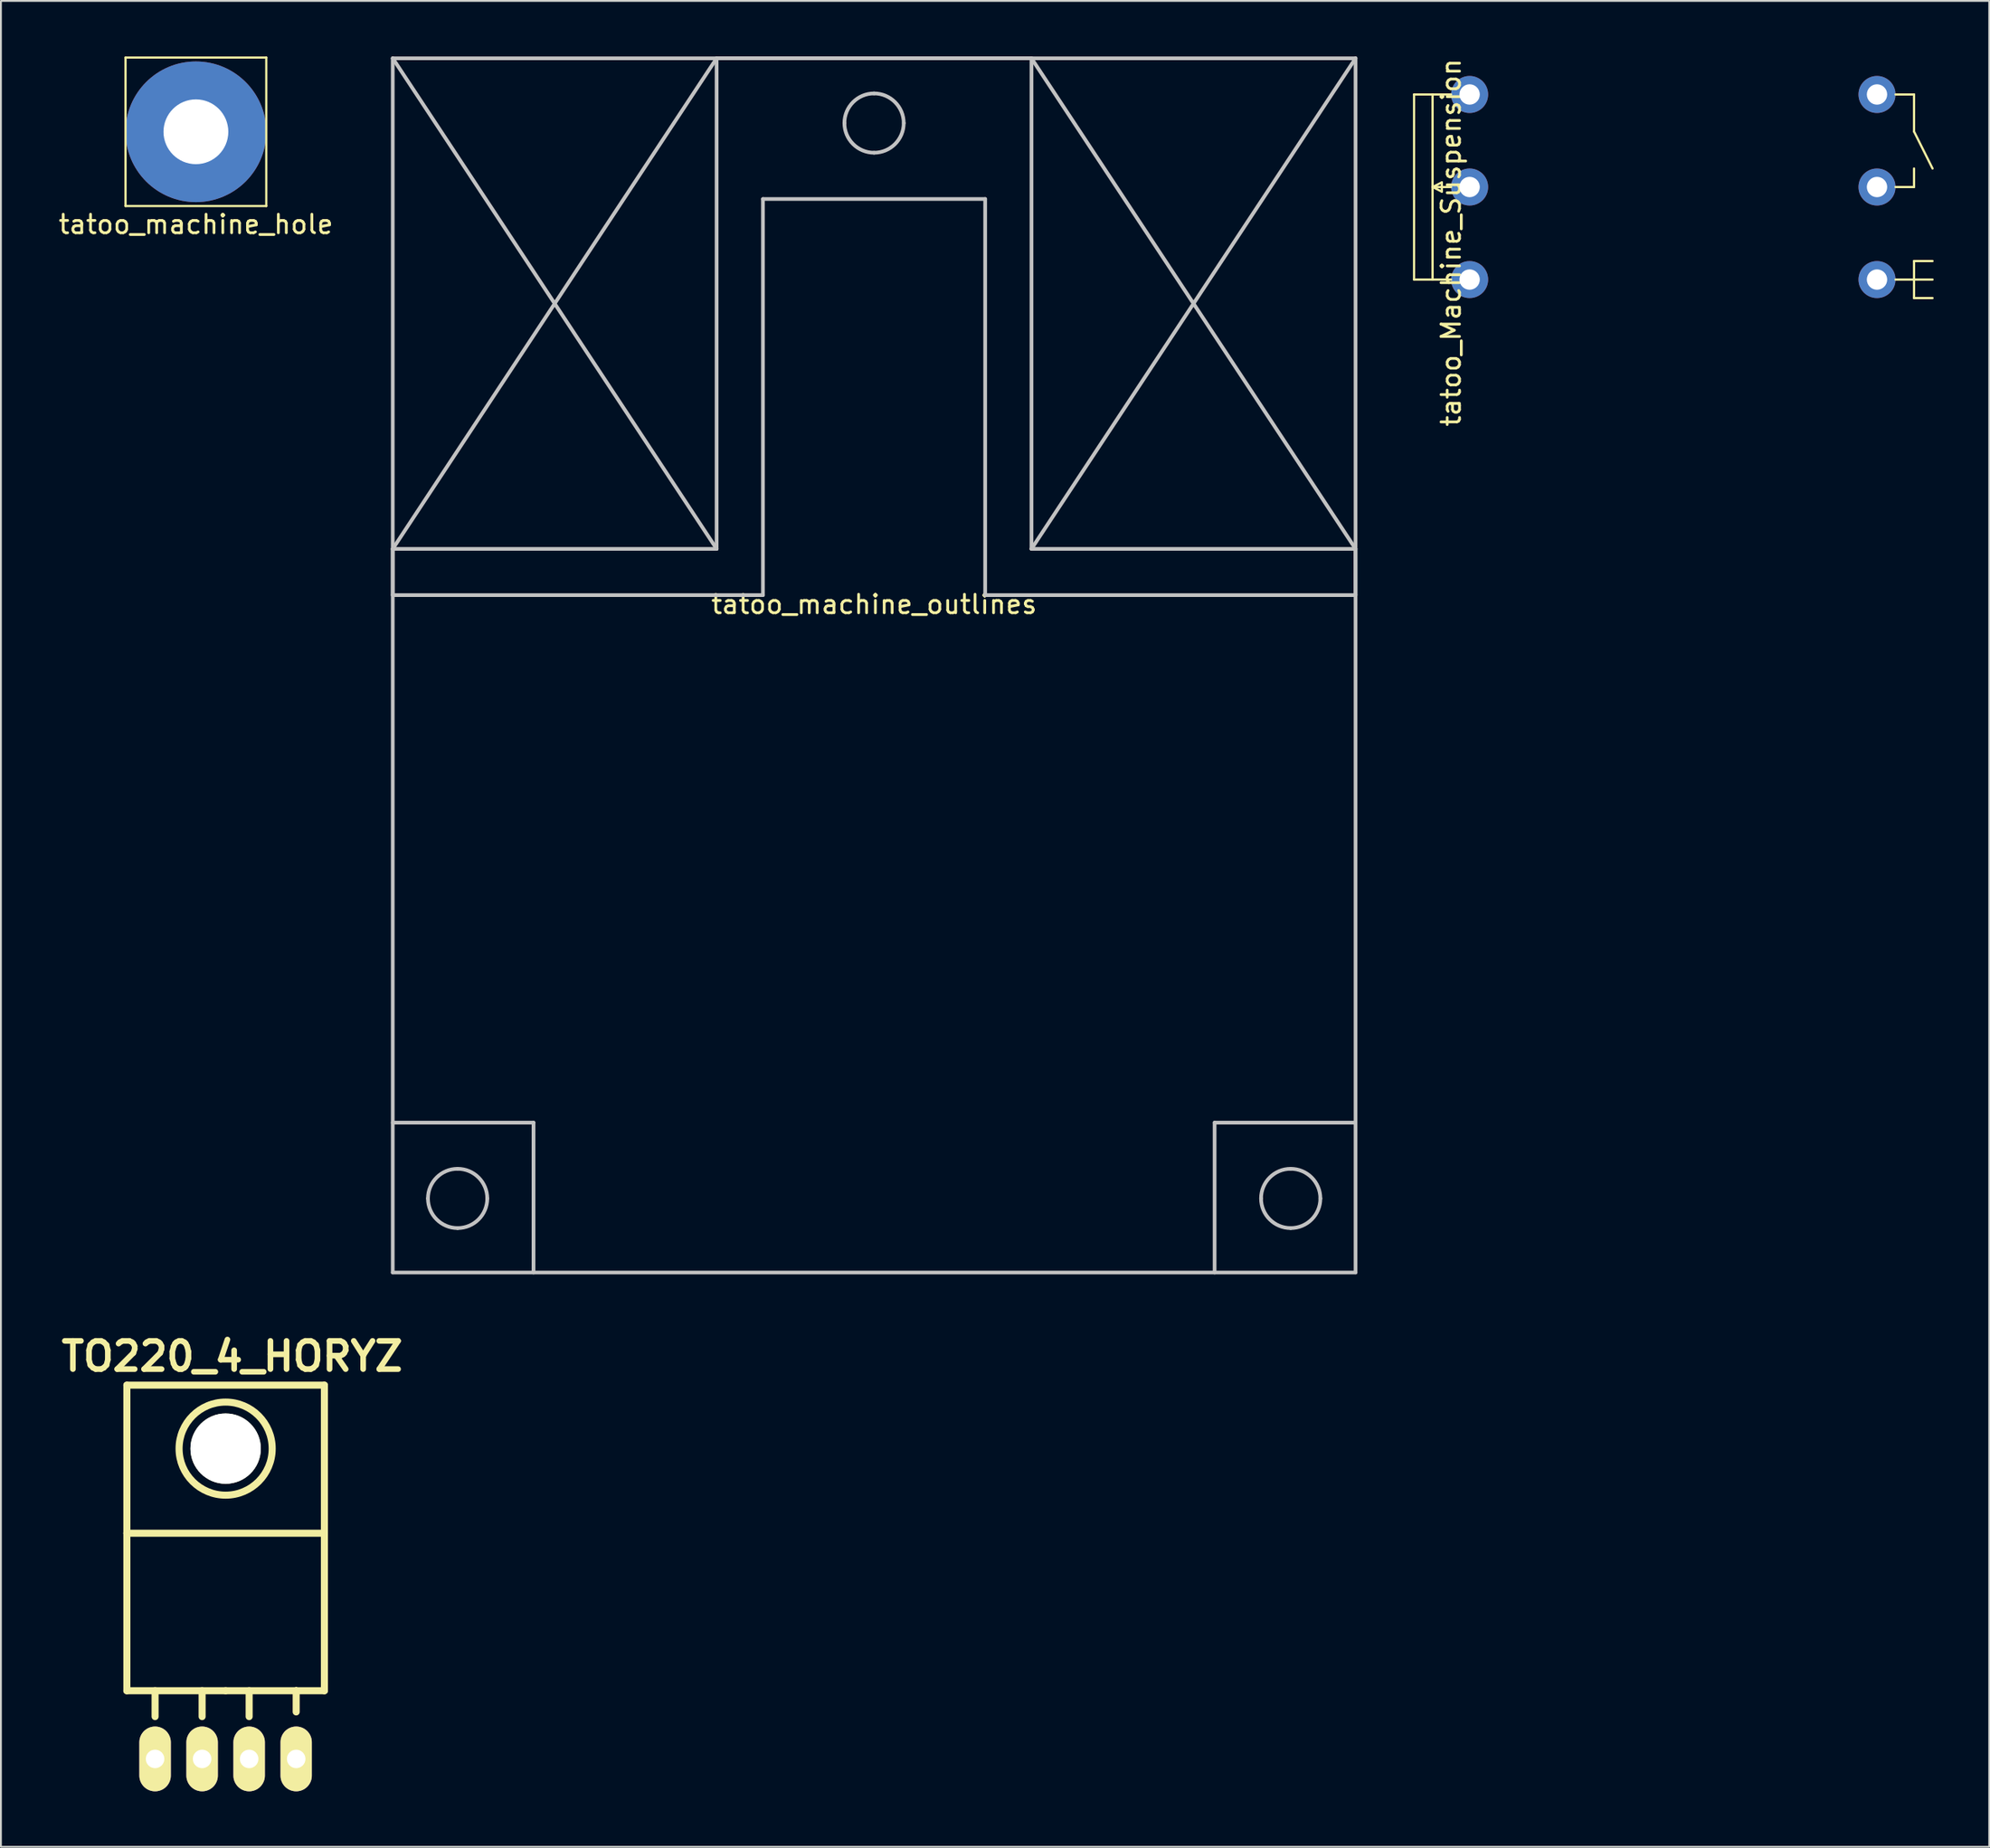
<source format=kicad_pcb>
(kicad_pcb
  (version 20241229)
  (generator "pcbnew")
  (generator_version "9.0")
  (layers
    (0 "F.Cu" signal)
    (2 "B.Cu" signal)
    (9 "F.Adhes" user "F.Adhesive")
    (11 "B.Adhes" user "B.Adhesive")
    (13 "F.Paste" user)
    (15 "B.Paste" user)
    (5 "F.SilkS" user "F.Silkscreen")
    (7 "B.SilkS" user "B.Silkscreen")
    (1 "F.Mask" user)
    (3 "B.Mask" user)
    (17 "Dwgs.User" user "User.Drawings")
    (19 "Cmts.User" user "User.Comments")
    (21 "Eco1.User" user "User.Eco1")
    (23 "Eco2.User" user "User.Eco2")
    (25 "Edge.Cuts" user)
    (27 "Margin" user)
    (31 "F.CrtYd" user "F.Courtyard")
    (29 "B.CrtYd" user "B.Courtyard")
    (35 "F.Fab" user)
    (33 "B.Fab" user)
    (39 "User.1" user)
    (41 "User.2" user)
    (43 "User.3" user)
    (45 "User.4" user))
  (footprint "tatoo_machine_outlines"
    (layer "F.Cu")
    (at 44.153 29.102)
    (property "Reference" "tatoo_machine_outlines" (at 0 0.5 0) (layer "F.SilkS") (effects (font (size 1 1) (thickness 0.15))))
    (attr through_hole)
    (fp_line (start -25.993 -29.002) (end -8.503 -2.498) (stroke (width 0.2) (type solid)) (layer "Dwgs.User"))
    (fp_line (start -25.993 -29.002) (end 26.002 -29.002) (stroke (width 0.2) (type solid)) (layer "Dwgs.User"))
    (fp_line (start -25.993 -2.498) (end -8.503 -29.002) (stroke (width 0.2) (type solid)) (layer "Dwgs.User"))
    (fp_line (start -25.993 -2.498) (end -8.503 -2.498) (stroke (width 0.2) (type solid)) (layer "Dwgs.User"))
    (fp_line (start -25.993 0) (end -25.993 -2.498) (stroke (width 0.2) (type solid)) (layer "Dwgs.User"))
    (fp_line (start -25.993 28.501) (end -18.391 28.501) (stroke (width 0.2) (type solid)) (layer "Dwgs.User"))
    (fp_line (start -25.993 36.597) (end -25.993 -29.002) (stroke (width 0.2) (type solid)) (layer "Dwgs.User"))
    (fp_line (start -18.391 28.501) (end -18.391 36.601) (stroke (width 0.2) (type solid)) (layer "Dwgs.User"))
    (fp_line (start -8.503 -29.002) (end 8.501 -29.002) (stroke (width 0.2) (type solid)) (layer "Dwgs.User"))
    (fp_line (start -8.503 -2.498) (end -8.503 -29.002) (stroke (width 0.2) (type solid)) (layer "Dwgs.User"))
    (fp_line (start -6.001 -21.4) (end -6.001 0) (stroke (width 0.2) (type solid)) (layer "Dwgs.User"))
    (fp_line (start -6.001 0) (end -25.993 0) (stroke (width 0.2) (type solid)) (layer "Dwgs.User"))
    (fp_line (start 6 -21.4) (end -6.001 -21.4) (stroke (width 0.2) (type solid)) (layer "Dwgs.User"))
    (fp_line (start 6 0) (end 6 -21.4) (stroke (width 0.2) (type solid)) (layer "Dwgs.User"))
    (fp_line (start 8.501 -29.002) (end 8.501 -2.498) (stroke (width 0.2) (type solid)) (layer "Dwgs.User"))
    (fp_line (start 8.501 -29.002) (end 26.002 -2.498) (stroke (width 0.2) (type solid)) (layer "Dwgs.User"))
    (fp_line (start 8.501 -2.498) (end 26.002 -29.002) (stroke (width 0.2) (type solid)) (layer "Dwgs.User"))
    (fp_line (start 8.501 -2.498) (end 26.002 -2.498) (stroke (width 0.2) (type solid)) (layer "Dwgs.User"))
    (fp_line (start 18.39 28.501) (end 18.39 36.601) (stroke (width 0.2) (type solid)) (layer "Dwgs.User"))
    (fp_line (start 25.992 28.501) (end 18.39 28.501) (stroke (width 0.2) (type solid)) (layer "Dwgs.User"))
    (fp_line (start 26.002 -29.002) (end 26.002 36.597) (stroke (width 0.2) (type solid)) (layer "Dwgs.User"))
    (fp_line (start 26.002 -2.498) (end 26.003 0) (stroke (width 0.2) (type solid)) (layer "Dwgs.User"))
    (fp_line (start 26.002 36.597) (end -25.993 36.597) (stroke (width 0.2) (type solid)) (layer "Dwgs.User"))
    (fp_line (start 26.003 0) (end 6 0) (stroke (width 0.2) (type solid)) (layer "Dwgs.User"))
    (fp_curve (pts (xy -24.092 32.597) (xy -24.092 33.482) (xy -23.372 34.198) (xy -22.49 34.198)) (stroke (width 0.2) (type solid)) (layer "Dwgs.User"))
    (fp_curve (pts (xy -22.49 30.995) (xy -23.372 30.995) (xy -24.092 31.711) (xy -24.092 32.597)) (stroke (width 0.2) (type solid)) (layer "Dwgs.User"))
    (fp_curve (pts (xy -22.49 34.198) (xy -21.608 34.198) (xy -20.889 33.482) (xy -20.889 32.597)) (stroke (width 0.2) (type solid)) (layer "Dwgs.User"))
    (fp_curve (pts (xy -20.889 32.597) (xy -20.889 31.715) (xy -21.605 30.995) (xy -22.49 30.995)) (stroke (width 0.2) (type solid)) (layer "Dwgs.User"))
    (fp_curve (pts (xy -1.602 -25.502) (xy -1.602 -26.384) (xy -0.886 -27.104) (xy -0.001 -27.104)) (stroke (width 0.2) (type solid)) (layer "Dwgs.User"))
    (fp_curve (pts (xy -0.001 -27.104) (xy 0.881 -27.104) (xy 1.601 -26.388) (xy 1.601 -25.502)) (stroke (width 0.2) (type solid)) (layer "Dwgs.User"))
    (fp_curve (pts (xy -0.001 -23.901) (xy -0.883 -23.901) (xy -1.602 -24.617) (xy -1.602 -25.502)) (stroke (width 0.2) (type solid)) (layer "Dwgs.User"))
    (fp_curve (pts (xy 1.601 -25.502) (xy 1.601 -24.617) (xy 0.885 -23.901) (xy -0.001 -23.901)) (stroke (width 0.2) (type solid)) (layer "Dwgs.User"))
    (fp_curve (pts (xy 20.898 32.597) (xy 20.898 31.715) (xy 21.614 30.995) (xy 22.499 30.995)) (stroke (width 0.2) (type solid)) (layer "Dwgs.User"))
    (fp_curve (pts (xy 22.499 30.995) (xy 23.381 30.995) (xy 24.101 31.711) (xy 24.101 32.597)) (stroke (width 0.2) (type solid)) (layer "Dwgs.User"))
    (fp_curve (pts (xy 22.499 34.198) (xy 21.617 34.198) (xy 20.898 33.482) (xy 20.898 32.597)) (stroke (width 0.2) (type solid)) (layer "Dwgs.User"))
    (fp_curve (pts (xy 24.101 32.597) (xy 24.101 33.482) (xy 23.385 34.198) (xy 22.499 34.198)) (stroke (width 0.2) (type solid)) (layer "Dwgs.User")))
  (footprint "TO220_4_HORYZ"
    (layer "F.Cu")
    (at 9.135 91.979)
    (property "Reference" "TO220_4_HORYZ" (at 0.351 -21.75 0) (layer "F.SilkS") (effects (font (size 1.524 1.524) (thickness 0.305))))
    (attr through_hole)
    (fp_line (start -5.334 -20.193) (end -5.334 -12.192) (stroke (width 0.381) (type solid)) (layer "F.SilkS"))
    (fp_line (start -5.334 -12.192) (end -5.334 -3.683) (stroke (width 0.381) (type solid)) (layer "F.SilkS"))
    (fp_line (start -3.81 -3.683) (end -3.81 -2.286) (stroke (width 0.381) (type solid)) (layer "F.SilkS"))
    (fp_line (start -1.27 -3.683) (end -1.27 -2.286) (stroke (width 0.381) (type solid)) (layer "F.SilkS"))
    (fp_line (start 0 -3.683) (end -5.334 -3.683) (stroke (width 0.381) (type solid)) (layer "F.SilkS"))
    (fp_line (start 0 -3.683) (end 5.334 -3.683) (stroke (width 0.381) (type solid)) (layer "F.SilkS"))
    (fp_line (start 1.27 -3.683) (end 1.27 -2.286) (stroke (width 0.381) (type solid)) (layer "F.SilkS"))
    (fp_line (start 3.81 -3.683) (end 3.81 -2.54) (stroke (width 0.381) (type solid)) (layer "F.SilkS"))
    (fp_line (start 3.81 -2.54) (end 3.81 -3.81) (stroke (width 0.15) (type solid)) (layer "F.SilkS"))
    (fp_line (start 5.334 -20.193) (end -5.334 -20.193) (stroke (width 0.381) (type solid)) (layer "F.SilkS"))
    (fp_line (start 5.334 -12.192) (end -5.334 -12.192) (stroke (width 0.381) (type solid)) (layer "F.SilkS"))
    (fp_line (start 5.334 -12.192) (end 5.334 -20.193) (stroke (width 0.381) (type solid)) (layer "F.SilkS"))
    (fp_line (start 5.334 -3.683) (end 5.334 -12.192) (stroke (width 0.381) (type solid)) (layer "F.SilkS"))
    (fp_circle (center 0 -16.764) (end 1.778 -14.986) (stroke (width 0.381) (type solid)) (fill no) (layer "F.SilkS"))
    (pad "" np_thru_hole circle (at 0 -16.764 90) (size 3.8 3.8) (drill 3.8) (layers "*.Cu" "*.Mask" "F.SilkS"))
    (pad "1" thru_hole oval (at -3.81 0 90) (size 3.5 1.699) (drill 1.001) (layers "*.Cu" "*.Mask" "F.SilkS"))
    (pad "2" thru_hole oval (at -1.27 0 90) (size 3.5 1.699) (drill 1.001) (layers "*.Cu" "*.Mask" "F.SilkS"))
    (pad "3" thru_hole oval (at 1.27 0 90) (size 3.5 1.699) (drill 1.001) (layers "*.Cu" "*.Mask" "F.SilkS"))
    (pad "4" thru_hole oval (at 3.81 0 90) (size 3.5 1.69) (drill 1) (layers "*.Cu" "*.Mask" "F.SilkS")))
  (footprint "tatoo_machine_hole"
    (layer "F.Cu")
    (at 7.53 4.07)
    (property "Reference" "tatoo_machine_hole" (at 0 5 0) (layer "F.SilkS") (effects (font (size 1 1) (thickness 0.15))))
    (attr through_hole)
    (fp_line (start -3.8 -4.01) (end 3.8 -4.01) (stroke (width 0.12) (type solid)) (layer "F.SilkS"))
    (fp_line (start -3.8 4.01) (end -3.8 -4.01) (stroke (width 0.12) (type solid)) (layer "F.SilkS"))
    (fp_line (start 3.8 -4.01) (end 3.8 4.01) (stroke (width 0.12) (type solid)) (layer "F.SilkS"))
    (fp_line (start 3.8 4.01) (end -3.8 4.01) (stroke (width 0.12) (type solid)) (layer "F.SilkS"))
    (pad "1" thru_hole circle (at 0 0) (size 7.6 7.6) (drill 3.5) (layers "*.Cu" "*.Mask")))
  (footprint "tatoo_Machine_Suspension"
    (layer "F.Cu")
    (at 87.315 7.054)
    (property "Reference" "tatoo_Machine_Suspension" (at -12 3 90) (layer "F.SilkS") (effects (font (size 1 1) (thickness 0.15))))
    (attr through_hole)
    (fp_line (start -14 -5) (end -14 5) (stroke (width 0.12) (type solid)) (layer "F.SilkS"))
    (fp_line (start -14 -5) (end -13 -5) (stroke (width 0.12) (type solid)) (layer "F.SilkS"))
    (fp_line (start -13 -5) (end -13 5) (stroke (width 0.12) (type solid)) (layer "F.SilkS"))
    (fp_line (start -13 -5) (end -12 -5) (stroke (width 0.12) (type solid)) (layer "F.SilkS"))
    (fp_line (start -13 0) (end -12.5 -0.25) (stroke (width 0.12) (type solid)) (layer "F.SilkS"))
    (fp_line (start -13 0) (end -12 0) (stroke (width 0.12) (type solid)) (layer "F.SilkS"))
    (fp_line (start -13 5) (end -14 5) (stroke (width 0.12) (type solid)) (layer "F.SilkS"))
    (fp_line (start -13 5) (end -12 5) (stroke (width 0.12) (type solid)) (layer "F.SilkS"))
    (fp_line (start -12.5 -0.25) (end -12.5 0.25) (stroke (width 0.12) (type solid)) (layer "F.SilkS"))
    (fp_line (start -12.5 0.25) (end -13 0) (stroke (width 0.12) (type solid)) (layer "F.SilkS"))
    (fp_line (start 12 -5) (end 13 -5) (stroke (width 0.12) (type solid)) (layer "F.SilkS"))
    (fp_line (start 12 0) (end 13 0) (stroke (width 0.12) (type solid)) (layer "F.SilkS"))
    (fp_line (start 12 5) (end 14 5) (stroke (width 0.12) (type solid)) (layer "F.SilkS"))
    (fp_line (start 13 -5) (end 13 -3) (stroke (width 0.12) (type solid)) (layer "F.SilkS"))
    (fp_line (start 13 -3) (end 14 -1) (stroke (width 0.12) (type solid)) (layer "F.SilkS"))
    (fp_line (start 13 0) (end 13 -1) (stroke (width 0.12) (type solid)) (layer "F.SilkS"))
    (fp_line (start 13 4) (end 13 6) (stroke (width 0.12) (type solid)) (layer "F.SilkS"))
    (fp_line (start 13 4) (end 14 4) (stroke (width 0.12) (type solid)) (layer "F.SilkS"))
    (fp_line (start 13 6) (end 14 6) (stroke (width 0.12) (type solid)) (layer "F.SilkS"))
    (pad "1" thru_hole circle (at -11 -5) (size 2 2) (drill 1.1) (layers "*.Cu" "*.Mask"))
    (pad "2" thru_hole circle (at -11 0) (size 2 2) (drill 1.1) (layers "*.Cu" "*.Mask"))
    (pad "3" thru_hole circle (at -11 5) (size 2 2) (drill 1.1) (layers "*.Cu" "*.Mask"))
    (pad "4" thru_hole circle (at 11 5) (size 2 2) (drill 1.1) (layers "*.Cu" "*.Mask"))
    (pad "5" thru_hole circle (at 11 0) (size 2 2) (drill 1.1) (layers "*.Cu" "*.Mask"))
    (pad "6" thru_hole circle (at 11 -5) (size 2 2) (drill 1.1) (layers "*.Cu" "*.Mask")))
  (gr_rect
    (start -3 -3)
    (end 104.375 96.729)
    (stroke (width 0.1) (type default))
    (fill no)
    (layer "Edge.Cuts")))
</source>
